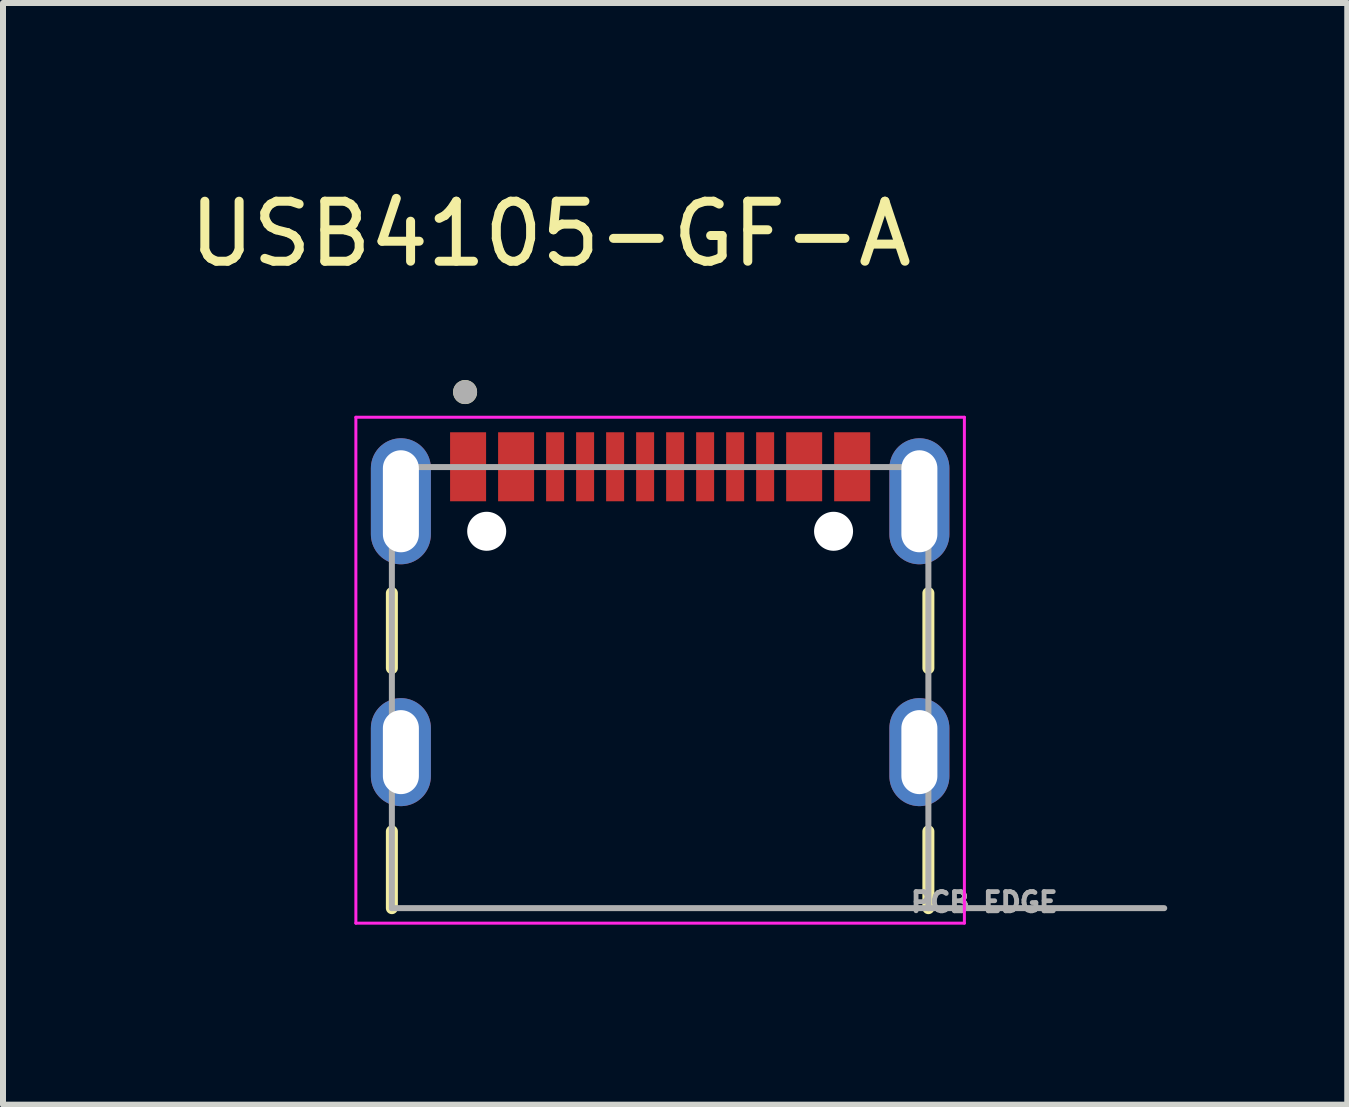
<source format=kicad_pcb>
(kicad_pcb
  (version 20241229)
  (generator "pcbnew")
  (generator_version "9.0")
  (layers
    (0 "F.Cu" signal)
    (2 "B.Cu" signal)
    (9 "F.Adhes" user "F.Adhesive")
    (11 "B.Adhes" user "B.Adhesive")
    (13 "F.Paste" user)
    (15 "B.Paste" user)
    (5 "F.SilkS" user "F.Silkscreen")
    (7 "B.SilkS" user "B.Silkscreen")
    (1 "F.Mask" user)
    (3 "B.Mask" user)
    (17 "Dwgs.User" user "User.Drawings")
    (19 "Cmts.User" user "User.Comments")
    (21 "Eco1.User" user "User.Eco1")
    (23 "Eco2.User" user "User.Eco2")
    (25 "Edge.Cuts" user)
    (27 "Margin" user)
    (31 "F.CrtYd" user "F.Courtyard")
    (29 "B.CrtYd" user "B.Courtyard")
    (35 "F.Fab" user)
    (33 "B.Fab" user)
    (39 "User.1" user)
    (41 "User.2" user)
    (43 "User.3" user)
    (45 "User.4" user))
  (footprint "USB4105-GF-A"
    (layer "F.Cu")
    (at 7.95 9.483)
    (property "Reference" "USB4105-GF-A" (at -1.825 -8.635 0) (layer "F.SilkS") (effects (font (size 1 1) (thickness 0.15))))
    (attr smd)
    (fp_poly (pts (xy -3.55 -5.38) (xy -2.85 -5.38) (xy -2.85 -4.13) (xy -3.55 -4.13)) (stroke (width 0.01) (type solid)) (fill yes) (layer "F.Mask"))
    (fp_poly (pts (xy -2.75 -5.38) (xy -2.05 -5.38) (xy -2.05 -4.13) (xy -2.75 -4.13)) (stroke (width 0.01) (type solid)) (fill yes) (layer "F.Mask"))
    (fp_poly (pts (xy -1.95 -5.38) (xy -1.55 -5.38) (xy -1.55 -4.13) (xy -1.95 -4.13)) (stroke (width 0.01) (type solid)) (fill yes) (layer "F.Mask"))
    (fp_poly (pts (xy -1.45 -5.38) (xy -1.05 -5.38) (xy -1.05 -4.13) (xy -1.45 -4.13)) (stroke (width 0.01) (type solid)) (fill yes) (layer "F.Mask"))
    (fp_poly (pts (xy -0.95 -5.38) (xy -0.55 -5.38) (xy -0.55 -4.13) (xy -0.95 -4.13)) (stroke (width 0.01) (type solid)) (fill yes) (layer "F.Mask"))
    (fp_poly (pts (xy -0.45 -5.38) (xy -0.05 -5.38) (xy -0.05 -4.13) (xy -0.45 -4.13)) (stroke (width 0.01) (type solid)) (fill yes) (layer "F.Mask"))
    (fp_poly (pts (xy 0.05 -5.38) (xy 0.45 -5.38) (xy 0.45 -4.13) (xy 0.05 -4.13)) (stroke (width 0.01) (type solid)) (fill yes) (layer "F.Mask"))
    (fp_poly (pts (xy 0.55 -5.38) (xy 0.95 -5.38) (xy 0.95 -4.13) (xy 0.55 -4.13)) (stroke (width 0.01) (type solid)) (fill yes) (layer "F.Mask"))
    (fp_poly (pts (xy 1.05 -5.38) (xy 1.45 -5.38) (xy 1.45 -4.13) (xy 1.05 -4.13)) (stroke (width 0.01) (type solid)) (fill yes) (layer "F.Mask"))
    (fp_poly (pts (xy 1.55 -5.38) (xy 1.95 -5.38) (xy 1.95 -4.13) (xy 1.55 -4.13)) (stroke (width 0.01) (type solid)) (fill yes) (layer "F.Mask"))
    (fp_poly (pts (xy 2.05 -5.38) (xy 2.75 -5.38) (xy 2.75 -4.13) (xy 2.05 -4.13)) (stroke (width 0.01) (type solid)) (fill yes) (layer "F.Mask"))
    (fp_poly (pts (xy 2.85 -5.38) (xy 3.55 -5.38) (xy 3.55 -4.13) (xy 2.85 -4.13)) (stroke (width 0.01) (type solid)) (fill yes) (layer "F.Mask"))
    (fp_line (start -4.47 -2.65) (end -4.47 -1.4) (stroke (width 0.2) (type solid)) (layer "F.SilkS"))
    (fp_line (start -4.47 1.32) (end -4.47 2.6) (stroke (width 0.2) (type solid)) (layer "F.SilkS"))
    (fp_line (start 4.47 -2.65) (end 4.47 -1.4) (stroke (width 0.2) (type solid)) (layer "F.SilkS"))
    (fp_line (start 4.47 2.6) (end 4.47 1.32) (stroke (width 0.2) (type solid)) (layer "F.SilkS"))
    (fp_circle (center -3.25 -6) (end -3.15 -6) (stroke (width 0.2) (type solid)) (fill no) (layer "F.SilkS"))
    (fp_line (start -5.07 -5.58) (end -5.07 2.85) (stroke (width 0.05) (type solid)) (layer "F.CrtYd"))
    (fp_line (start -5.07 2.85) (end 5.07 2.85) (stroke (width 0.05) (type solid)) (layer "F.CrtYd"))
    (fp_line (start 5.07 -5.58) (end -5.07 -5.58) (stroke (width 0.05) (type solid)) (layer "F.CrtYd"))
    (fp_line (start 5.07 2.85) (end 5.07 -5.58) (stroke (width 0.05) (type solid)) (layer "F.CrtYd"))
    (fp_line (start -4.47 -4.75) (end 4.47 -4.75) (stroke (width 0.1) (type solid)) (layer "F.Fab"))
    (fp_line (start -4.47 2.6) (end -4.47 -4.75) (stroke (width 0.1) (type solid)) (layer "F.Fab"))
    (fp_line (start 4.47 -4.75) (end 4.47 2.6) (stroke (width 0.1) (type solid)) (layer "F.Fab"))
    (fp_line (start 4.47 2.6) (end -4.47 2.6) (stroke (width 0.1) (type solid)) (layer "F.Fab"))
    (fp_line (start 4.47 2.6) (end 8.4 2.6) (stroke (width 0.1) (type solid)) (layer "F.Fab"))
    (fp_circle (center -3.25 -6) (end -3.15 -6) (stroke (width 0.2) (type solid)) (fill no) (layer "F.Fab"))
    (fp_text user "PCB EDGE" (at 5.4 2.5 0) (layer "F.Fab") (effects (font (size 0.32 0.32) (thickness 0.15))))
    (pad "" np_thru_hole circle (at -2.89 -3.68) (size 0.65 0.65) (drill 0.65) (layers "*.Cu" "*.Mask"))
    (pad "" np_thru_hole circle (at 2.89 -3.68) (size 0.65 0.65) (drill 0.65) (layers "*.Cu" "*.Mask"))
    (pad "A1_B12" smd rect (at -3.2 -4.755) (size 0.6 1.15) (layers "F.Cu" "F.Paste"))
    (pad "A4_B9" smd rect (at -2.4 -4.755) (size 0.6 1.15) (layers "F.Cu" "F.Paste"))
    (pad "A5" smd rect (at -1.25 -4.755) (size 0.3 1.15) (layers "F.Cu" "F.Paste"))
    (pad "A6" smd rect (at -0.25 -4.755) (size 0.3 1.15) (layers "F.Cu" "F.Paste"))
    (pad "A7" smd rect (at 0.25 -4.755) (size 0.3 1.15) (layers "F.Cu" "F.Paste"))
    (pad "A8" smd rect (at 1.25 -4.755) (size 0.3 1.15) (layers "F.Cu" "F.Paste"))
    (pad "B1_A12" smd rect (at 3.2 -4.755) (size 0.6 1.15) (layers "F.Cu" "F.Paste"))
    (pad "B4_A9" smd rect (at 2.4 -4.755) (size 0.6 1.15) (layers "F.Cu" "F.Paste"))
    (pad "B5" smd rect (at 1.75 -4.755) (size 0.3 1.15) (layers "F.Cu" "F.Paste"))
    (pad "B6" smd rect (at 0.75 -4.755) (size 0.3 1.15) (layers "F.Cu" "F.Paste"))
    (pad "B7" smd rect (at -0.75 -4.755) (size 0.3 1.15) (layers "F.Cu" "F.Paste"))
    (pad "B8" smd rect (at -1.75 -4.755) (size 0.3 1.15) (layers "F.Cu" "F.Paste"))
    (pad "SH1" thru_hole oval (at -4.32 -4.18) (size 1 2.1) (drill oval 0.6 1.7) (layers "*.Cu" "*.Mask"))
    (pad "SH2" thru_hole oval (at 4.32 -4.18) (size 1 2.1) (drill oval 0.6 1.7) (layers "*.Cu" "*.Mask"))
    (pad "SH3" thru_hole oval (at -4.32 0) (size 1 1.8) (drill oval 0.6 1.4) (layers "*.Cu" "*.Mask"))
    (pad "SH4" thru_hole oval (at 4.32 0) (size 1 1.8) (drill oval 0.6 1.4) (layers "*.Cu" "*.Mask")))
  (gr_rect
    (start -3 -3)
    (end 19.4 15.358)
    (stroke (width 0.1) (type default))
    (fill no)
    (layer "Edge.Cuts")))
</source>
